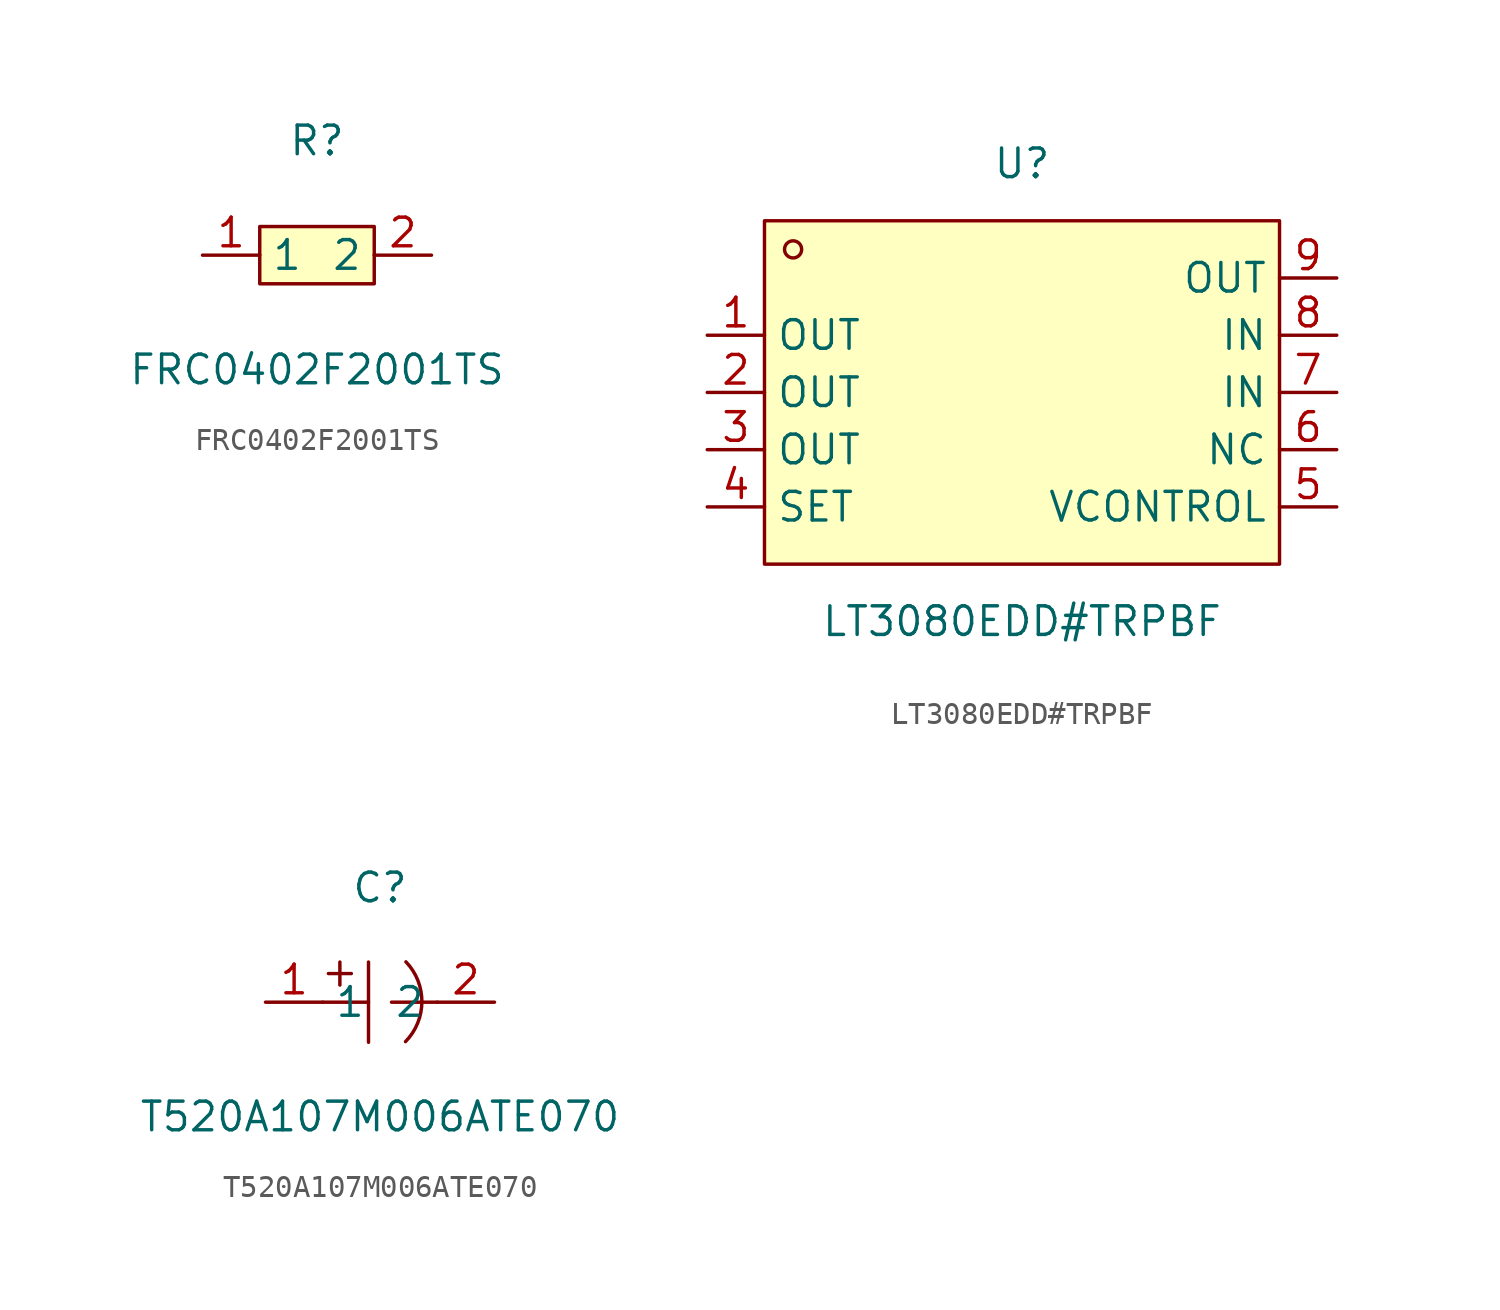
<source format=kicad_sym>
(kicad_symbol_lib
  (version 20211014)
  (generator https://github.com/uPesy/easyeda2kicad.py)
  (symbol "FRC0402F2001TS"
    (property "Reference" "R"
      (at 0 5.08 0)
      (effects (font (size 1.27 1.27))))
    (property "Value" "FRC0402F2001TS"
      (at 0 -5.08 0)
      (effects (font (size 1.27 1.27))))
    (symbol "FRC0402F2001TS_0_1"
      (rectangle (start -2.54 1.27) (end 2.54 -1.27) (stroke (width 0) (type default) (color 0 0 0 0)) (fill (type background)))
      (pin unspecified line (at 5.08 -0.00 180) (length 2.54) (name "2" (effects (font (size 1.27 1.27)))) (number "2" (effects (font (size 1.27 1.27)))))
      (pin unspecified line (at -5.08 -0.00 0) (length 2.54) (name "1" (effects (font (size 1.27 1.27)))) (number "1" (effects (font (size 1.27 1.27)))))))
  (symbol "LT3080EDD#TRPBF"
    (property "Reference" "U"
      (at 0 10.16 0)
      (effects (font (size 1.27 1.27))))
    (property "Value" "LT3080EDD#TRPBF"
      (at 0 -10.16 0)
      (effects (font (size 1.27 1.27))))
    (symbol "LT3080EDD#TRPBF_0_1"
      (rectangle (start -11.43 7.62) (end 11.43 -7.62) (stroke (width 0) (type default) (color 0 0 0 0)) (fill (type background)))
      (circle (center -10.16 6.35) (radius 0.38) (stroke (width 0) (type default) (color 0 0 0 0)) (fill (type none)))
      (pin unspecified line (at -13.97 2.54 0) (length 2.54) (name "OUT" (effects (font (size 1.27 1.27)))) (number "1" (effects (font (size 1.27 1.27)))))
      (pin unspecified line (at -13.97 -0.00 0) (length 2.54) (name "OUT" (effects (font (size 1.27 1.27)))) (number "2" (effects (font (size 1.27 1.27)))))
      (pin unspecified line (at -13.97 -2.54 0) (length 2.54) (name "OUT" (effects (font (size 1.27 1.27)))) (number "3" (effects (font (size 1.27 1.27)))))
      (pin unspecified line (at -13.97 -5.08 0) (length 2.54) (name "SET" (effects (font (size 1.27 1.27)))) (number "4" (effects (font (size 1.27 1.27)))))
      (pin unspecified line (at 13.97 -5.08 180) (length 2.54) (name "VCONTROL" (effects (font (size 1.27 1.27)))) (number "5" (effects (font (size 1.27 1.27)))))
      (pin unspecified line (at 13.97 -2.54 180) (length 2.54) (name "NC" (effects (font (size 1.27 1.27)))) (number "6" (effects (font (size 1.27 1.27)))))
      (pin unspecified line (at 13.97 -0.00 180) (length 2.54) (name "IN" (effects (font (size 1.27 1.27)))) (number "7" (effects (font (size 1.27 1.27)))))
      (pin unspecified line (at 13.97 2.54 180) (length 2.54) (name "IN" (effects (font (size 1.27 1.27)))) (number "8" (effects (font (size 1.27 1.27)))))
      (pin unspecified line (at 13.97 5.08 180) (length 2.54) (name "OUT" (effects (font (size 1.27 1.27)))) (number "9" (effects (font (size 1.27 1.27)))))))
  (symbol "T520A107M006ATE070"
    (property "Reference" "C"
      (at 0 5.08 0)
      (effects (font (size 1.27 1.27))))
    (property "Value" "T520A107M006ATE070"
      (at 0 -5.08 0)
      (effects (font (size 1.27 1.27))))
    (symbol "T520A107M006ATE070_0_1"
      (arc (start 1.13 -1.75) (mid 5.47 -0.41) (end 1.15 1.79) (stroke (width 0) (type default) (color 0 0 0 0)) (fill (type none)))
      (polyline (pts (xy -0.51 1.78) (xy -0.51 -1.78)) (stroke (width 0) (type default) (color 0 0 0 0)) (fill (type none)))
      (polyline (pts (xy -2.54 -0.00) (xy -0.51 -0.00)) (stroke (width 0) (type default) (color 0 0 0 0)) (fill (type none)))
      (polyline (pts (xy 0.51 -0.00) (xy 2.54 -0.00)) (stroke (width 0) (type default) (color 0 0 0 0)) (fill (type none)))
      (polyline (pts (xy -2.29 1.27) (xy -1.27 1.27)) (stroke (width 0) (type default) (color 0 0 0 0)) (fill (type none)))
      (polyline (pts (xy -1.78 1.78) (xy -1.78 0.76)) (stroke (width 0) (type default) (color 0 0 0 0)) (fill (type none)))
      (pin input line (at -5.08 -0.00 0) (length 2.54) (name "1" (effects (font (size 1.27 1.27)))) (number "1" (effects (font (size 1.27 1.27)))))
      (pin input line (at 5.08 -0.00 180) (length 2.54) (name "2" (effects (font (size 1.27 1.27)))) (number "2" (effects (font (size 1.27 1.27))))))))
</source>
